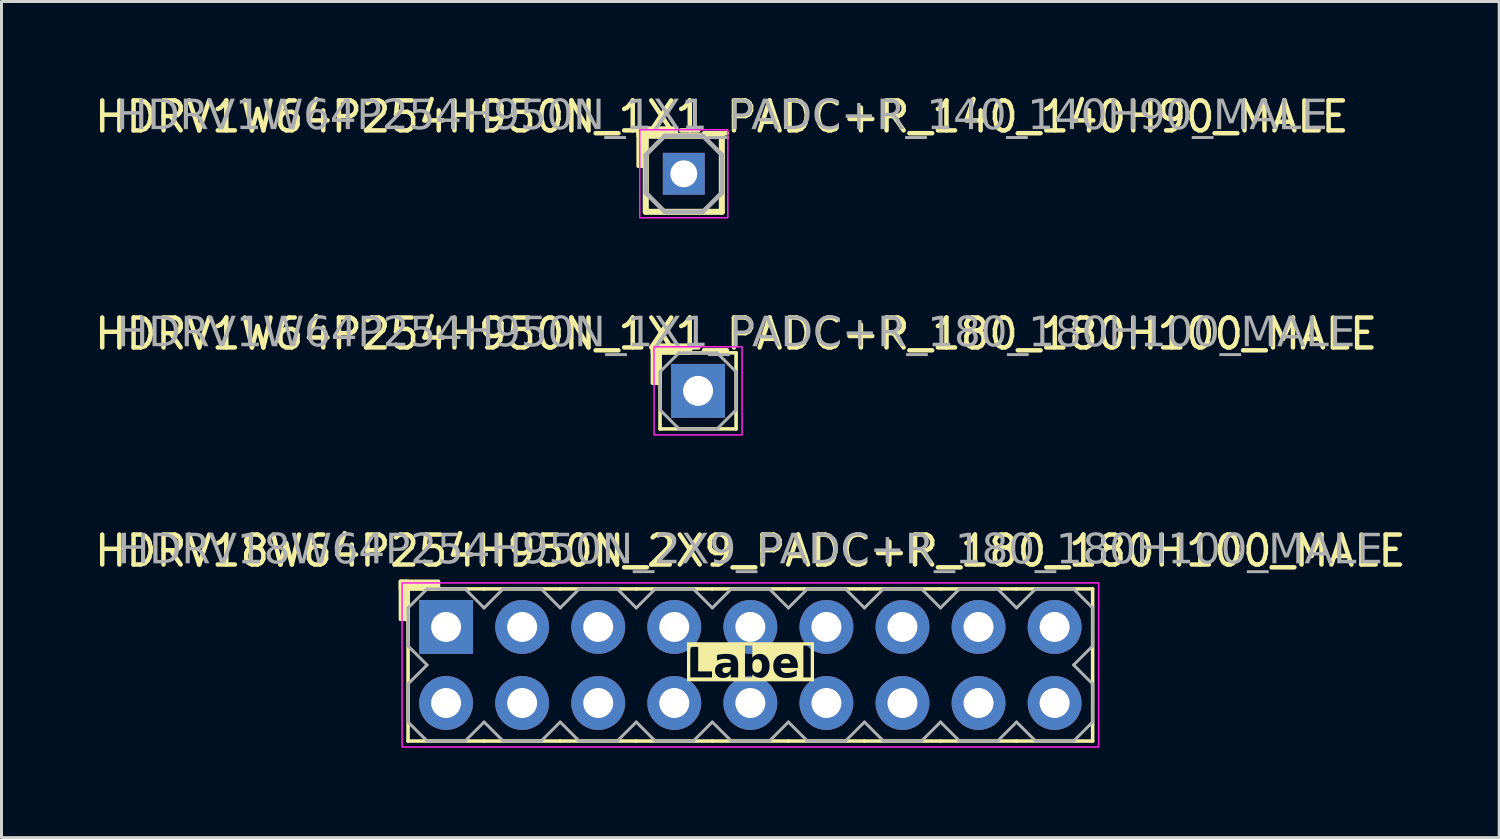
<source format=kicad_pcb>
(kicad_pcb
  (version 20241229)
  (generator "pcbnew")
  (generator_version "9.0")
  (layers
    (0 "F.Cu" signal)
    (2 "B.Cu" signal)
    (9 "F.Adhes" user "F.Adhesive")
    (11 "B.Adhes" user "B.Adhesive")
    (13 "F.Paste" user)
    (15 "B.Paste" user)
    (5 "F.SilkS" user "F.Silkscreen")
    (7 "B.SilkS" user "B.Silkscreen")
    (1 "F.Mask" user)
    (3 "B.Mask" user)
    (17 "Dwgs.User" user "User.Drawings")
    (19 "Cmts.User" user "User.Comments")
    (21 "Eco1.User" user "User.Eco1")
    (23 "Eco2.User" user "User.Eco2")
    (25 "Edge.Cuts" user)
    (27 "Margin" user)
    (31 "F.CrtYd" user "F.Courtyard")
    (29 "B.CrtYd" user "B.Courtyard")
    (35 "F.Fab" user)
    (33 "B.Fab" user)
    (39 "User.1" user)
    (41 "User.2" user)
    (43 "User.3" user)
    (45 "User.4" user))
  (footprint "HDRV1W64P254H950N_1X1_PADC+R_180_180H100_MALE"
    (layer "F.Cu")
    (at 20.26 10.002)
    (property "Reference" "HDRV1W64P254H950N_1X1_PADC+R_180_180H100_MALE" (at 1.27 -1.905 0) (layer "F.SilkS") (effects (font (size 1 1) (thickness 0.15))))
    (attr through_hole)
    (fp_line (start -1.27 1.27) (end -1.27 -1.27) (stroke (width 0.12) (type solid)) (layer "F.SilkS"))
    (fp_line (start 1.27 -1.27) (end -1.27 -1.27) (stroke (width 0.12) (type solid)) (layer "F.SilkS"))
    (fp_line (start 1.27 1.27) (end -1.27 1.27) (stroke (width 0.12) (type solid)) (layer "F.SilkS"))
    (fp_line (start 1.27 1.27) (end 1.27 -1.27) (stroke (width 0.12) (type solid)) (layer "F.SilkS"))
    (fp_rect (start -1.524 -0.254) (end -1.27 -1.524) (stroke (width 0.12) (type solid)) (fill yes) (layer "F.SilkS"))
    (fp_rect (start -0.254 -1.27) (end -1.524 -1.524) (stroke (width 0.12) (type solid)) (fill yes) (layer "F.SilkS"))
    (fp_rect (start -1.47 -1.47) (end 1.47 1.47) (stroke (width 0.05) (type default)) (fill no) (layer "F.CrtYd"))
    (fp_line (start -1.27 -0.635) (end -1.27 0.635) (stroke (width 0.1) (type solid)) (layer "F.Fab"))
    (fp_line (start -1.27 -0.635) (end -0.635 -1.27) (stroke (width 0.1) (type solid)) (layer "F.Fab"))
    (fp_line (start -0.635 -1.27) (end 0.635 -1.27) (stroke (width 0.1) (type solid)) (layer "F.Fab"))
    (fp_line (start -0.635 1.27) (end -1.27 0.635) (stroke (width 0.1) (type solid)) (layer "F.Fab"))
    (fp_line (start 0.635 -1.27) (end 1.27 -0.635) (stroke (width 0.1) (type solid)) (layer "F.Fab"))
    (fp_line (start 0.635 1.27) (end -0.635 1.27) (stroke (width 0.1) (type solid)) (layer "F.Fab"))
    (fp_line (start 1.27 -0.635) (end 1.27 0.635) (stroke (width 0.1) (type solid)) (layer "F.Fab"))
    (fp_line (start 1.27 0.635) (end 0.635 1.27) (stroke (width 0.1) (type solid)) (layer "F.Fab"))
    (fp_rect (start 0.254 -0.254) (end -0.254 0.254) (stroke (width 0.1) (type solid)) (fill no) (layer "F.Fab"))
    (fp_text user "${REFERENCE}" (at 1.27 -1.905 0) (layer "F.Fab") (effects (font (face "Tahoma") (size 1 1) (thickness 0.15))))
    (pad "1" thru_hole rect (at 0 0) (size 1.8 1.8) (drill 1) (layers "*.Cu" "*.Mask")))
  (footprint "HDRV18W64P254H950N_2X9_PADC+R_180_180H100_MALE"
    (layer "F.Cu")
    (at 22.006 19.155)
    (property "Reference" "HDRV18W64P254H950N_2X9_PADC+R_180_180H100_MALE" (at 0 -3.81 0) (layer "F.SilkS") (effects (font (size 1 1) (thickness 0.15))))
    (property "Label" "Label" (at 0 0 0) (layer "F.SilkS" knockout) (effects (font (face "Tahoma") (size 1 1) (thickness 0.2) (bold yes))))
    (attr through_hole)
    (fp_line (start -11.43 2.54) (end -11.43 -2.54) (stroke (width 0.12) (type solid)) (layer "F.SilkS"))
    (fp_line (start -8.89 -2.54) (end -11.43 -2.54) (stroke (width 0.12) (type solid)) (layer "F.SilkS"))
    (fp_line (start -8.89 2.54) (end -11.43 2.54) (stroke (width 0.12) (type solid)) (layer "F.SilkS"))
    (fp_line (start -6.35 -2.54) (end -8.89 -2.54) (stroke (width 0.12) (type solid)) (layer "F.SilkS"))
    (fp_line (start -6.35 2.54) (end -8.89 2.54) (stroke (width 0.12) (type solid)) (layer "F.SilkS"))
    (fp_line (start -3.81 -2.54) (end -6.35 -2.54) (stroke (width 0.12) (type solid)) (layer "F.SilkS"))
    (fp_line (start -3.81 2.54) (end -6.35 2.54) (stroke (width 0.12) (type solid)) (layer "F.SilkS"))
    (fp_line (start -1.27 -2.54) (end -3.81 -2.54) (stroke (width 0.12) (type solid)) (layer "F.SilkS"))
    (fp_line (start -1.27 2.54) (end -3.81 2.54) (stroke (width 0.12) (type solid)) (layer "F.SilkS"))
    (fp_line (start 1.27 -2.54) (end -1.27 -2.54) (stroke (width 0.12) (type solid)) (layer "F.SilkS"))
    (fp_line (start 1.27 2.54) (end -1.27 2.54) (stroke (width 0.12) (type solid)) (layer "F.SilkS"))
    (fp_line (start 3.81 -2.54) (end 1.27 -2.54) (stroke (width 0.12) (type solid)) (layer "F.SilkS"))
    (fp_line (start 3.81 2.54) (end 1.27 2.54) (stroke (width 0.12) (type solid)) (layer "F.SilkS"))
    (fp_line (start 6.35 -2.54) (end 3.81 -2.54) (stroke (width 0.12) (type solid)) (layer "F.SilkS"))
    (fp_line (start 6.35 2.54) (end 3.81 2.54) (stroke (width 0.12) (type solid)) (layer "F.SilkS"))
    (fp_line (start 8.89 -2.54) (end 6.35 -2.54) (stroke (width 0.12) (type solid)) (layer "F.SilkS"))
    (fp_line (start 8.89 2.54) (end 6.35 2.54) (stroke (width 0.12) (type solid)) (layer "F.SilkS"))
    (fp_line (start 11.43 -2.54) (end 8.89 -2.54) (stroke (width 0.12) (type solid)) (layer "F.SilkS"))
    (fp_line (start 11.43 2.54) (end 8.89 2.54) (stroke (width 0.12) (type solid)) (layer "F.SilkS"))
    (fp_line (start 11.43 2.54) (end 11.43 -2.54) (stroke (width 0.12) (type solid)) (layer "F.SilkS"))
    (fp_rect (start -11.684 -1.524) (end -11.43 -2.794) (stroke (width 0.12) (type solid)) (fill yes) (layer "F.SilkS"))
    (fp_rect (start -10.414 -2.54) (end -11.684 -2.794) (stroke (width 0.12) (type solid)) (fill yes) (layer "F.SilkS"))
    (fp_rect (start -11.63 -2.74) (end 11.63 2.74) (stroke (width 0.05) (type default)) (fill no) (layer "F.CrtYd"))
    (fp_line (start -11.43 -1.905) (end -11.43 -0.635) (stroke (width 0.1) (type solid)) (layer "F.Fab"))
    (fp_line (start -11.43 -1.905) (end -10.795 -2.54) (stroke (width 0.1) (type solid)) (layer "F.Fab"))
    (fp_line (start -11.43 0.635) (end -11.43 1.905) (stroke (width 0.1) (type solid)) (layer "F.Fab"))
    (fp_line (start -10.795 -2.54) (end -9.525 -2.54) (stroke (width 0.1) (type solid)) (layer "F.Fab"))
    (fp_line (start -10.795 0) (end -11.43 -0.635) (stroke (width 0.1) (type solid)) (layer "F.Fab"))
    (fp_line (start -10.795 0) (end -11.43 0.635) (stroke (width 0.1) (type solid)) (layer "F.Fab"))
    (fp_line (start -10.795 2.54) (end -11.43 1.905) (stroke (width 0.1) (type solid)) (layer "F.Fab"))
    (fp_line (start -9.525 -2.54) (end -8.89 -1.905) (stroke (width 0.1) (type solid)) (layer "F.Fab"))
    (fp_line (start -9.525 2.54) (end -10.795 2.54) (stroke (width 0.1) (type solid)) (layer "F.Fab"))
    (fp_line (start -8.89 -1.905) (end -8.255 -2.54) (stroke (width 0.1) (type solid)) (layer "F.Fab"))
    (fp_line (start -8.89 1.905) (end -9.525 2.54) (stroke (width 0.1) (type solid)) (layer "F.Fab"))
    (fp_line (start -8.255 -2.54) (end -6.985 -2.54) (stroke (width 0.1) (type solid)) (layer "F.Fab"))
    (fp_line (start -8.255 2.54) (end -8.89 1.905) (stroke (width 0.1) (type solid)) (layer "F.Fab"))
    (fp_line (start -6.985 -2.54) (end -6.35 -1.905) (stroke (width 0.1) (type solid)) (layer "F.Fab"))
    (fp_line (start -6.985 2.54) (end -8.255 2.54) (stroke (width 0.1) (type solid)) (layer "F.Fab"))
    (fp_line (start -6.35 -1.905) (end -5.715 -2.54) (stroke (width 0.1) (type solid)) (layer "F.Fab"))
    (fp_line (start -6.35 1.905) (end -6.985 2.54) (stroke (width 0.1) (type solid)) (layer "F.Fab"))
    (fp_line (start -5.715 -2.54) (end -4.445 -2.54) (stroke (width 0.1) (type solid)) (layer "F.Fab"))
    (fp_line (start -5.715 2.54) (end -6.35 1.905) (stroke (width 0.1) (type solid)) (layer "F.Fab"))
    (fp_line (start -4.445 -2.54) (end -3.81 -1.905) (stroke (width 0.1) (type solid)) (layer "F.Fab"))
    (fp_line (start -4.445 2.54) (end -5.715 2.54) (stroke (width 0.1) (type solid)) (layer "F.Fab"))
    (fp_line (start -3.81 -1.905) (end -3.175 -2.54) (stroke (width 0.1) (type solid)) (layer "F.Fab"))
    (fp_line (start -3.81 1.905) (end -4.445 2.54) (stroke (width 0.1) (type solid)) (layer "F.Fab"))
    (fp_line (start -3.175 -2.54) (end -1.905 -2.54) (stroke (width 0.1) (type solid)) (layer "F.Fab"))
    (fp_line (start -3.175 2.54) (end -3.81 1.905) (stroke (width 0.1) (type solid)) (layer "F.Fab"))
    (fp_line (start -1.905 -2.54) (end -1.27 -1.905) (stroke (width 0.1) (type solid)) (layer "F.Fab"))
    (fp_line (start -1.905 2.54) (end -3.175 2.54) (stroke (width 0.1) (type solid)) (layer "F.Fab"))
    (fp_line (start -1.27 -1.905) (end -0.635 -2.54) (stroke (width 0.1) (type solid)) (layer "F.Fab"))
    (fp_line (start -1.27 1.905) (end -1.905 2.54) (stroke (width 0.1) (type solid)) (layer "F.Fab"))
    (fp_line (start -0.635 -2.54) (end 0.635 -2.54) (stroke (width 0.1) (type solid)) (layer "F.Fab"))
    (fp_line (start -0.635 2.54) (end -1.27 1.905) (stroke (width 0.1) (type solid)) (layer "F.Fab"))
    (fp_line (start 0.635 -2.54) (end 1.27 -1.905) (stroke (width 0.1) (type solid)) (layer "F.Fab"))
    (fp_line (start 0.635 2.54) (end -0.635 2.54) (stroke (width 0.1) (type solid)) (layer "F.Fab"))
    (fp_line (start 1.27 -1.905) (end 1.905 -2.54) (stroke (width 0.1) (type solid)) (layer "F.Fab"))
    (fp_line (start 1.27 1.905) (end 0.635 2.54) (stroke (width 0.1) (type solid)) (layer "F.Fab"))
    (fp_line (start 1.905 -2.54) (end 3.175 -2.54) (stroke (width 0.1) (type solid)) (layer "F.Fab"))
    (fp_line (start 1.905 2.54) (end 1.27 1.905) (stroke (width 0.1) (type solid)) (layer "F.Fab"))
    (fp_line (start 3.175 -2.54) (end 3.81 -1.905) (stroke (width 0.1) (type solid)) (layer "F.Fab"))
    (fp_line (start 3.175 2.54) (end 1.905 2.54) (stroke (width 0.1) (type solid)) (layer "F.Fab"))
    (fp_line (start 3.81 -1.905) (end 4.445 -2.54) (stroke (width 0.1) (type solid)) (layer "F.Fab"))
    (fp_line (start 3.81 1.905) (end 3.175 2.54) (stroke (width 0.1) (type solid)) (layer "F.Fab"))
    (fp_line (start 4.445 -2.54) (end 5.715 -2.54) (stroke (width 0.1) (type solid)) (layer "F.Fab"))
    (fp_line (start 4.445 2.54) (end 3.81 1.905) (stroke (width 0.1) (type solid)) (layer "F.Fab"))
    (fp_line (start 5.715 -2.54) (end 6.35 -1.905) (stroke (width 0.1) (type solid)) (layer "F.Fab"))
    (fp_line (start 5.715 2.54) (end 4.445 2.54) (stroke (width 0.1) (type solid)) (layer "F.Fab"))
    (fp_line (start 6.35 -1.905) (end 6.985 -2.54) (stroke (width 0.1) (type solid)) (layer "F.Fab"))
    (fp_line (start 6.35 1.905) (end 5.715 2.54) (stroke (width 0.1) (type solid)) (layer "F.Fab"))
    (fp_line (start 6.985 -2.54) (end 8.255 -2.54) (stroke (width 0.1) (type solid)) (layer "F.Fab"))
    (fp_line (start 6.985 2.54) (end 6.35 1.905) (stroke (width 0.1) (type solid)) (layer "F.Fab"))
    (fp_line (start 8.255 -2.54) (end 8.89 -1.905) (stroke (width 0.1) (type solid)) (layer "F.Fab"))
    (fp_line (start 8.255 2.54) (end 6.985 2.54) (stroke (width 0.1) (type solid)) (layer "F.Fab"))
    (fp_line (start 8.89 -1.905) (end 9.525 -2.54) (stroke (width 0.1) (type solid)) (layer "F.Fab"))
    (fp_line (start 8.89 1.905) (end 8.255 2.54) (stroke (width 0.1) (type solid)) (layer "F.Fab"))
    (fp_line (start 9.525 -2.54) (end 10.795 -2.54) (stroke (width 0.1) (type solid)) (layer "F.Fab"))
    (fp_line (start 9.525 2.54) (end 8.89 1.905) (stroke (width 0.1) (type solid)) (layer "F.Fab"))
    (fp_line (start 10.795 -2.54) (end 11.43 -1.905) (stroke (width 0.1) (type solid)) (layer "F.Fab"))
    (fp_line (start 10.795 0) (end 11.43 0.635) (stroke (width 0.1) (type solid)) (layer "F.Fab"))
    (fp_line (start 10.795 2.54) (end 9.525 2.54) (stroke (width 0.1) (type solid)) (layer "F.Fab"))
    (fp_line (start 11.43 -1.905) (end 11.43 -0.635) (stroke (width 0.1) (type solid)) (layer "F.Fab"))
    (fp_line (start 11.43 -0.635) (end 10.795 0) (stroke (width 0.1) (type solid)) (layer "F.Fab"))
    (fp_line (start 11.43 0.635) (end 11.43 1.905) (stroke (width 0.1) (type solid)) (layer "F.Fab"))
    (fp_line (start 11.43 1.905) (end 10.795 2.54) (stroke (width 0.1) (type solid)) (layer "F.Fab"))
    (fp_rect (start -9.906 -1.524) (end -10.414 -1.016) (stroke (width 0.1) (type solid)) (fill no) (layer "F.Fab"))
    (fp_rect (start -9.906 1.016) (end -10.414 1.524) (stroke (width 0.1) (type solid)) (fill no) (layer "F.Fab"))
    (fp_rect (start -7.366 -1.524) (end -7.874 -1.016) (stroke (width 0.1) (type solid)) (fill no) (layer "F.Fab"))
    (fp_rect (start -7.366 1.016) (end -7.874 1.524) (stroke (width 0.1) (type solid)) (fill no) (layer "F.Fab"))
    (fp_rect (start -4.826 -1.524) (end -5.334 -1.016) (stroke (width 0.1) (type solid)) (fill no) (layer "F.Fab"))
    (fp_rect (start -4.826 1.016) (end -5.334 1.524) (stroke (width 0.1) (type solid)) (fill no) (layer "F.Fab"))
    (fp_rect (start -2.286 -1.524) (end -2.794 -1.016) (stroke (width 0.1) (type solid)) (fill no) (layer "F.Fab"))
    (fp_rect (start -2.286 1.016) (end -2.794 1.524) (stroke (width 0.1) (type solid)) (fill no) (layer "F.Fab"))
    (fp_rect (start 0.254 -1.524) (end -0.254 -1.016) (stroke (width 0.1) (type solid)) (fill no) (layer "F.Fab"))
    (fp_rect (start 0.254 1.016) (end -0.254 1.524) (stroke (width 0.1) (type solid)) (fill no) (layer "F.Fab"))
    (fp_rect (start 2.794 -1.524) (end 2.286 -1.016) (stroke (width 0.1) (type solid)) (fill no) (layer "F.Fab"))
    (fp_rect (start 2.794 1.016) (end 2.286 1.524) (stroke (width 0.1) (type solid)) (fill no) (layer "F.Fab"))
    (fp_rect (start 5.334 -1.524) (end 4.826 -1.016) (stroke (width 0.1) (type solid)) (fill no) (layer "F.Fab"))
    (fp_rect (start 5.334 1.016) (end 4.826 1.524) (stroke (width 0.1) (type solid)) (fill no) (layer "F.Fab"))
    (fp_rect (start 7.874 -1.524) (end 7.366 -1.016) (stroke (width 0.1) (type solid)) (fill no) (layer "F.Fab"))
    (fp_rect (start 7.874 1.016) (end 7.366 1.524) (stroke (width 0.1) (type solid)) (fill no) (layer "F.Fab"))
    (fp_rect (start 10.414 -1.524) (end 9.906 -1.016) (stroke (width 0.1) (type solid)) (fill no) (layer "F.Fab"))
    (fp_rect (start 10.414 1.016) (end 9.906 1.524) (stroke (width 0.1) (type solid)) (fill no) (layer "F.Fab"))
    (fp_text user "${REFERENCE}" (at 0 -3.81 0) (layer "F.Fab") (effects (font (face "Tahoma") (size 1 1) (thickness 0.15))))
    (pad "1" thru_hole rect (at -10.16 -1.27) (size 1.8 1.8) (drill 1) (layers "*.Cu" "*.Mask"))
    (pad "2" thru_hole circle (at -10.16 1.27) (size 1.8 1.8) (drill 1) (layers "*.Cu" "*.Mask"))
    (pad "3" thru_hole circle (at -7.62 -1.27) (size 1.8 1.8) (drill 1) (layers "*.Cu" "*.Mask"))
    (pad "4" thru_hole circle (at -7.62 1.27) (size 1.8 1.8) (drill 1) (layers "*.Cu" "*.Mask"))
    (pad "5" thru_hole circle (at -5.08 -1.27) (size 1.8 1.8) (drill 1) (layers "*.Cu" "*.Mask"))
    (pad "6" thru_hole circle (at -5.08 1.27) (size 1.8 1.8) (drill 1) (layers "*.Cu" "*.Mask"))
    (pad "7" thru_hole circle (at -2.54 -1.27) (size 1.8 1.8) (drill 1) (layers "*.Cu" "*.Mask"))
    (pad "8" thru_hole circle (at -2.54 1.27) (size 1.8 1.8) (drill 1) (layers "*.Cu" "*.Mask"))
    (pad "9" thru_hole circle (at 0 -1.27) (size 1.8 1.8) (drill 1) (layers "*.Cu" "*.Mask"))
    (pad "10" thru_hole circle (at 0 1.27) (size 1.8 1.8) (drill 1) (layers "*.Cu" "*.Mask"))
    (pad "11" thru_hole circle (at 2.54 -1.27) (size 1.8 1.8) (drill 1) (layers "*.Cu" "*.Mask"))
    (pad "12" thru_hole circle (at 2.54 1.27) (size 1.8 1.8) (drill 1) (layers "*.Cu" "*.Mask"))
    (pad "13" thru_hole circle (at 5.08 -1.27) (size 1.8 1.8) (drill 1) (layers "*.Cu" "*.Mask"))
    (pad "14" thru_hole circle (at 5.08 1.27) (size 1.8 1.8) (drill 1) (layers "*.Cu" "*.Mask"))
    (pad "15" thru_hole circle (at 7.62 -1.27) (size 1.8 1.8) (drill 1) (layers "*.Cu" "*.Mask"))
    (pad "16" thru_hole circle (at 7.62 1.27) (size 1.8 1.8) (drill 1) (layers "*.Cu" "*.Mask"))
    (pad "17" thru_hole circle (at 10.16 -1.27) (size 1.8 1.8) (drill 1) (layers "*.Cu" "*.Mask"))
    (pad "18" thru_hole circle (at 10.16 1.27) (size 1.8 1.8) (drill 1) (layers "*.Cu" "*.Mask")))
  (footprint "HDRV1W64P254H950N_1X1_PADC+R_140_140H90_MALE"
    (layer "F.Cu")
    (at 19.784 2.753)
    (property "Reference" "HDRV1W64P254H950N_1X1_PADC+R_140_140H90_MALE" (at 1.27 -1.905 0) (layer "F.SilkS") (effects (font (size 1 1) (thickness 0.15))))
    (attr through_hole)
    (fp_line (start -1.27 1.27) (end -1.27 -1.27) (stroke (width 0.203) (type solid)) (layer "F.SilkS"))
    (fp_line (start 1.27 -1.27) (end -1.27 -1.27) (stroke (width 0.203) (type solid)) (layer "F.SilkS"))
    (fp_line (start 1.27 1.27) (end -1.27 1.27) (stroke (width 0.203) (type solid)) (layer "F.SilkS"))
    (fp_line (start 1.27 1.27) (end 1.27 -1.27) (stroke (width 0.203) (type solid)) (layer "F.SilkS"))
    (fp_rect (start -1.524 -0.254) (end -1.27 -1.524) (stroke (width 0.12) (type solid)) (fill yes) (layer "F.SilkS"))
    (fp_rect (start -0.254 -1.27) (end -1.524 -1.524) (stroke (width 0.12) (type solid)) (fill yes) (layer "F.SilkS"))
    (fp_rect (start -1.47 -1.47) (end 1.47 1.47) (stroke (width 0.05) (type default)) (fill no) (layer "F.CrtYd"))
    (fp_line (start -1.27 -0.635) (end -1.27 0.635) (stroke (width 0.152) (type solid)) (layer "F.Fab"))
    (fp_line (start -1.27 -0.635) (end -0.635 -1.27) (stroke (width 0.152) (type solid)) (layer "F.Fab"))
    (fp_line (start -0.635 -1.27) (end 0.635 -1.27) (stroke (width 0.152) (type solid)) (layer "F.Fab"))
    (fp_line (start -0.635 1.27) (end -1.27 0.635) (stroke (width 0.152) (type solid)) (layer "F.Fab"))
    (fp_line (start 0.635 -1.27) (end 1.27 -0.635) (stroke (width 0.152) (type solid)) (layer "F.Fab"))
    (fp_line (start 0.635 1.27) (end -0.635 1.27) (stroke (width 0.152) (type solid)) (layer "F.Fab"))
    (fp_line (start 1.27 -0.635) (end 1.27 0.635) (stroke (width 0.152) (type solid)) (layer "F.Fab"))
    (fp_line (start 1.27 0.635) (end 0.635 1.27) (stroke (width 0.152) (type solid)) (layer "F.Fab"))
    (fp_rect (start 0.254 -0.254) (end -0.254 0.254) (stroke (width 0.152) (type solid)) (fill no) (layer "F.Fab"))
    (fp_text user "${REFERENCE}" (at 1.27 -1.905 0) (layer "F.Fab") (effects (font (face "Tahoma") (size 1 1) (thickness 0.15))))
    (pad "1" thru_hole rect (at 0 0) (size 1.4 1.4) (drill 0.9) (layers "*.Cu" "*.Mask")))
  (gr_rect
    (start -3 -3)
    (end 47.012 24.92)
    (stroke (width 0.1) (type default))
    (fill no)
    (layer "Edge.Cuts")))
</source>
